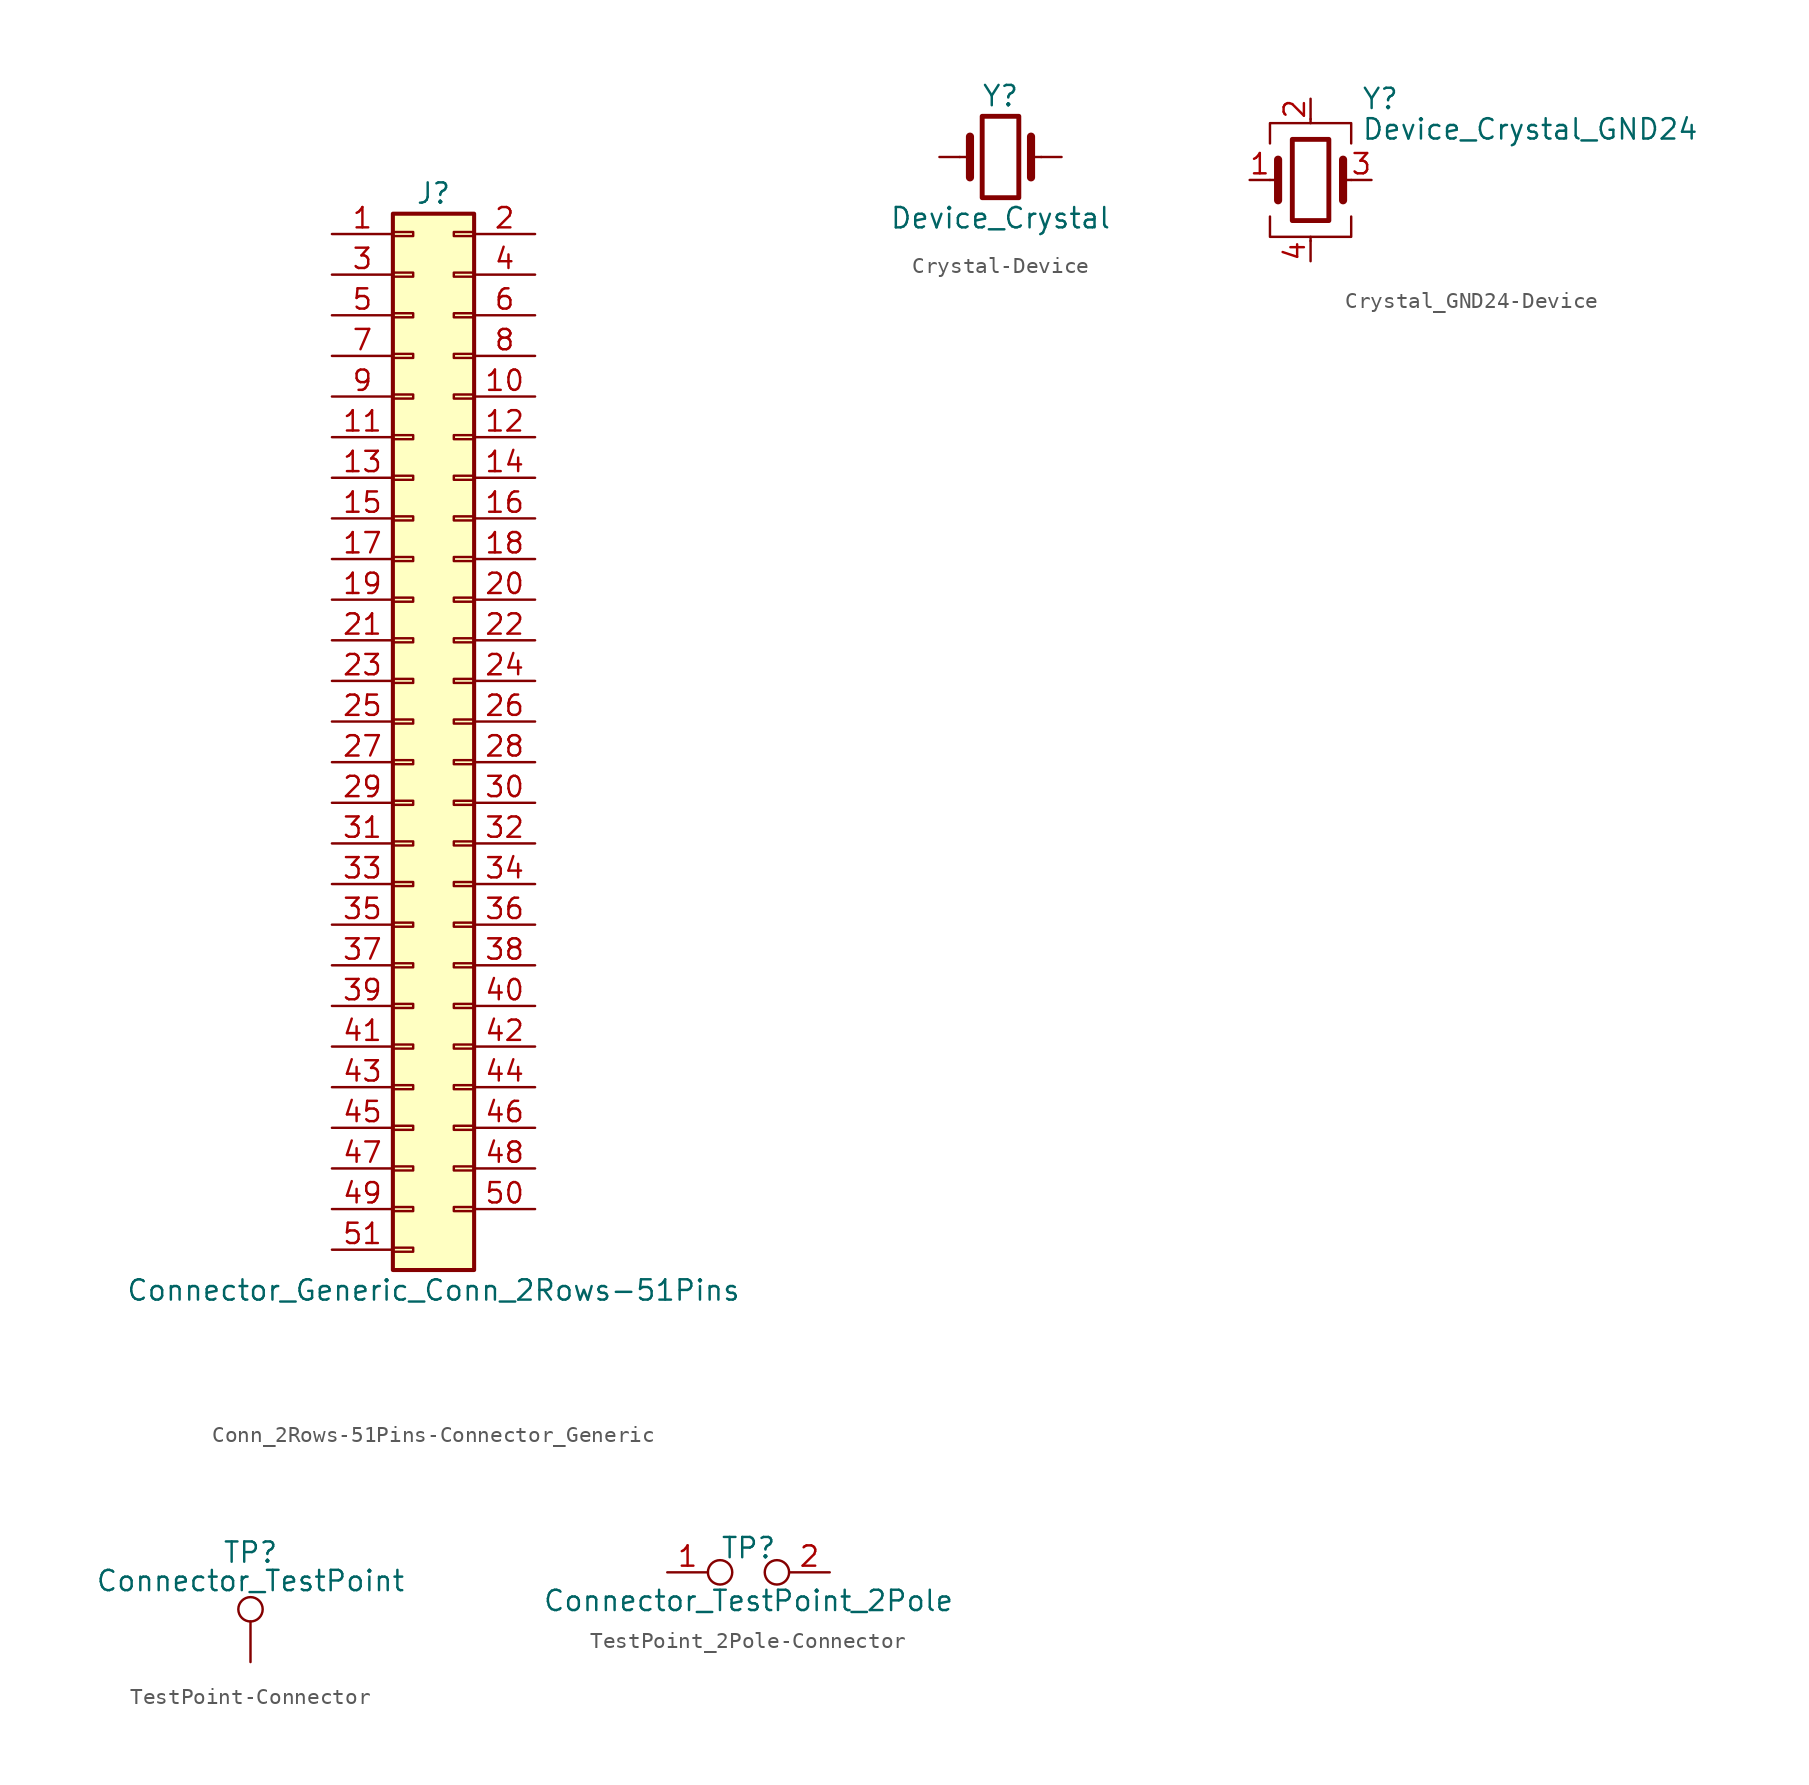
<source format=kicad_sym>
(kicad_symbol_lib
  (version 20220914)
  (generator kicad_symbol_editor)
  (symbol "Conn_2Rows-51Pins-Connector_Generic"
    (pin_names
      (offset 1.016) hide)
    (property "Reference" "J"
      (at 1.27 33.02 0)
      (effects (font (size 1.27 1.27))))
    (property "Value" "Connector_Generic_Conn_2Rows-51Pins"
      (at 1.27 -35.56 0)
      (effects (font (size 1.27 1.27))))
    (symbol "Conn_2Rows-51Pins-Connector_Generic_1_1"
      (rectangle (start -1.27 -32.893) (end 0 -33.147) (stroke (width 0.152) (type solid)) (fill (type none)))
      (rectangle (start -1.27 -30.353) (end 0 -30.607) (stroke (width 0.152) (type solid)) (fill (type none)))
      (rectangle (start -1.27 -27.813) (end 0 -28.067) (stroke (width 0.152) (type solid)) (fill (type none)))
      (rectangle (start -1.27 -25.273) (end 0 -25.527) (stroke (width 0.152) (type solid)) (fill (type none)))
      (rectangle (start -1.27 -22.733) (end 0 -22.987) (stroke (width 0.152) (type solid)) (fill (type none)))
      (rectangle (start -1.27 -20.193) (end 0 -20.447) (stroke (width 0.152) (type solid)) (fill (type none)))
      (rectangle (start -1.27 -17.653) (end 0 -17.907) (stroke (width 0.152) (type solid)) (fill (type none)))
      (rectangle (start -1.27 -15.113) (end 0 -15.367) (stroke (width 0.152) (type solid)) (fill (type none)))
      (rectangle (start -1.27 -12.573) (end 0 -12.827) (stroke (width 0.152) (type solid)) (fill (type none)))
      (rectangle (start -1.27 -10.033) (end 0 -10.287) (stroke (width 0.152) (type solid)) (fill (type none)))
      (rectangle (start -1.27 -7.493) (end 0 -7.747) (stroke (width 0.152) (type solid)) (fill (type none)))
      (rectangle (start -1.27 -4.953) (end 0 -5.207) (stroke (width 0.152) (type solid)) (fill (type none)))
      (rectangle (start -1.27 -2.413) (end 0 -2.667) (stroke (width 0.152) (type solid)) (fill (type none)))
      (rectangle (start -1.27 0.127) (end 0 -0.127) (stroke (width 0.152) (type solid)) (fill (type none)))
      (rectangle (start -1.27 2.667) (end 0 2.413) (stroke (width 0.152) (type solid)) (fill (type none)))
      (rectangle (start -1.27 5.207) (end 0 4.953) (stroke (width 0.152) (type solid)) (fill (type none)))
      (rectangle (start -1.27 7.747) (end 0 7.493) (stroke (width 0.152) (type solid)) (fill (type none)))
      (rectangle (start -1.27 10.287) (end 0 10.033) (stroke (width 0.152) (type solid)) (fill (type none)))
      (rectangle (start -1.27 12.827) (end 0 12.573) (stroke (width 0.152) (type solid)) (fill (type none)))
      (rectangle (start -1.27 15.367) (end 0 15.113) (stroke (width 0.152) (type solid)) (fill (type none)))
      (rectangle (start -1.27 17.907) (end 0 17.653) (stroke (width 0.152) (type solid)) (fill (type none)))
      (rectangle (start -1.27 20.447) (end 0 20.193) (stroke (width 0.152) (type solid)) (fill (type none)))
      (rectangle (start -1.27 22.987) (end 0 22.733) (stroke (width 0.152) (type solid)) (fill (type none)))
      (rectangle (start -1.27 25.527) (end 0 25.273) (stroke (width 0.152) (type solid)) (fill (type none)))
      (rectangle (start -1.27 28.067) (end 0 27.813) (stroke (width 0.152) (type solid)) (fill (type none)))
      (rectangle (start -1.27 30.607) (end 0 30.353) (stroke (width 0.152) (type solid)) (fill (type none)))
      (rectangle (start -1.27 31.75) (end 3.81 -34.29) (stroke (width 0.254) (type solid)) (fill (type background)))
      (rectangle (start 3.81 -30.353) (end 2.54 -30.607) (stroke (width 0.152) (type solid)) (fill (type none)))
      (rectangle (start 3.81 -27.813) (end 2.54 -28.067) (stroke (width 0.152) (type solid)) (fill (type none)))
      (rectangle (start 3.81 -25.273) (end 2.54 -25.527) (stroke (width 0.152) (type solid)) (fill (type none)))
      (rectangle (start 3.81 -22.733) (end 2.54 -22.987) (stroke (width 0.152) (type solid)) (fill (type none)))
      (rectangle (start 3.81 -20.193) (end 2.54 -20.447) (stroke (width 0.152) (type solid)) (fill (type none)))
      (rectangle (start 3.81 -17.653) (end 2.54 -17.907) (stroke (width 0.152) (type solid)) (fill (type none)))
      (rectangle (start 3.81 -15.113) (end 2.54 -15.367) (stroke (width 0.152) (type solid)) (fill (type none)))
      (rectangle (start 3.81 -12.573) (end 2.54 -12.827) (stroke (width 0.152) (type solid)) (fill (type none)))
      (rectangle (start 3.81 -10.033) (end 2.54 -10.287) (stroke (width 0.152) (type solid)) (fill (type none)))
      (rectangle (start 3.81 -7.493) (end 2.54 -7.747) (stroke (width 0.152) (type solid)) (fill (type none)))
      (rectangle (start 3.81 -4.953) (end 2.54 -5.207) (stroke (width 0.152) (type solid)) (fill (type none)))
      (rectangle (start 3.81 -2.413) (end 2.54 -2.667) (stroke (width 0.152) (type solid)) (fill (type none)))
      (rectangle (start 3.81 0.127) (end 2.54 -0.127) (stroke (width 0.152) (type solid)) (fill (type none)))
      (rectangle (start 3.81 2.667) (end 2.54 2.413) (stroke (width 0.152) (type solid)) (fill (type none)))
      (rectangle (start 3.81 5.207) (end 2.54 4.953) (stroke (width 0.152) (type solid)) (fill (type none)))
      (rectangle (start 3.81 7.747) (end 2.54 7.493) (stroke (width 0.152) (type solid)) (fill (type none)))
      (rectangle (start 3.81 10.287) (end 2.54 10.033) (stroke (width 0.152) (type solid)) (fill (type none)))
      (rectangle (start 3.81 12.827) (end 2.54 12.573) (stroke (width 0.152) (type solid)) (fill (type none)))
      (rectangle (start 3.81 15.367) (end 2.54 15.113) (stroke (width 0.152) (type solid)) (fill (type none)))
      (rectangle (start 3.81 17.907) (end 2.54 17.653) (stroke (width 0.152) (type solid)) (fill (type none)))
      (rectangle (start 3.81 20.447) (end 2.54 20.193) (stroke (width 0.152) (type solid)) (fill (type none)))
      (rectangle (start 3.81 22.987) (end 2.54 22.733) (stroke (width 0.152) (type solid)) (fill (type none)))
      (rectangle (start 3.81 25.527) (end 2.54 25.273) (stroke (width 0.152) (type solid)) (fill (type none)))
      (rectangle (start 3.81 28.067) (end 2.54 27.813) (stroke (width 0.152) (type solid)) (fill (type none)))
      (rectangle (start 3.81 30.607) (end 2.54 30.353) (stroke (width 0.152) (type solid)) (fill (type none)))
      (pin passive line (at -5.08 30.48 0) (length 3.81) (name "Pin_1" (effects (font (size 1.27 1.27)))) (number "1" (effects (font (size 1.27 1.27)))))
      (pin passive line (at 7.62 20.32 180) (length 3.81) (name "Pin_10" (effects (font (size 1.27 1.27)))) (number "10" (effects (font (size 1.27 1.27)))))
      (pin passive line (at -5.08 17.78 0) (length 3.81) (name "Pin_11" (effects (font (size 1.27 1.27)))) (number "11" (effects (font (size 1.27 1.27)))))
      (pin passive line (at 7.62 17.78 180) (length 3.81) (name "Pin_12" (effects (font (size 1.27 1.27)))) (number "12" (effects (font (size 1.27 1.27)))))
      (pin passive line (at -5.08 15.24 0) (length 3.81) (name "Pin_13" (effects (font (size 1.27 1.27)))) (number "13" (effects (font (size 1.27 1.27)))))
      (pin passive line (at 7.62 15.24 180) (length 3.81) (name "Pin_14" (effects (font (size 1.27 1.27)))) (number "14" (effects (font (size 1.27 1.27)))))
      (pin passive line (at -5.08 12.7 0) (length 3.81) (name "Pin_15" (effects (font (size 1.27 1.27)))) (number "15" (effects (font (size 1.27 1.27)))))
      (pin passive line (at 7.62 12.7 180) (length 3.81) (name "Pin_16" (effects (font (size 1.27 1.27)))) (number "16" (effects (font (size 1.27 1.27)))))
      (pin passive line (at -5.08 10.16 0) (length 3.81) (name "Pin_17" (effects (font (size 1.27 1.27)))) (number "17" (effects (font (size 1.27 1.27)))))
      (pin passive line (at 7.62 10.16 180) (length 3.81) (name "Pin_18" (effects (font (size 1.27 1.27)))) (number "18" (effects (font (size 1.27 1.27)))))
      (pin passive line (at -5.08 7.62 0) (length 3.81) (name "Pin_19" (effects (font (size 1.27 1.27)))) (number "19" (effects (font (size 1.27 1.27)))))
      (pin passive line (at 7.62 30.48 180) (length 3.81) (name "Pin_2" (effects (font (size 1.27 1.27)))) (number "2" (effects (font (size 1.27 1.27)))))
      (pin passive line (at 7.62 7.62 180) (length 3.81) (name "Pin_20" (effects (font (size 1.27 1.27)))) (number "20" (effects (font (size 1.27 1.27)))))
      (pin passive line (at -5.08 5.08 0) (length 3.81) (name "Pin_21" (effects (font (size 1.27 1.27)))) (number "21" (effects (font (size 1.27 1.27)))))
      (pin passive line (at 7.62 5.08 180) (length 3.81) (name "Pin_22" (effects (font (size 1.27 1.27)))) (number "22" (effects (font (size 1.27 1.27)))))
      (pin passive line (at -5.08 2.54 0) (length 3.81) (name "Pin_23" (effects (font (size 1.27 1.27)))) (number "23" (effects (font (size 1.27 1.27)))))
      (pin passive line (at 7.62 2.54 180) (length 3.81) (name "Pin_24" (effects (font (size 1.27 1.27)))) (number "24" (effects (font (size 1.27 1.27)))))
      (pin passive line (at -5.08 0 0) (length 3.81) (name "Pin_25" (effects (font (size 1.27 1.27)))) (number "25" (effects (font (size 1.27 1.27)))))
      (pin passive line (at 7.62 0 180) (length 3.81) (name "Pin_26" (effects (font (size 1.27 1.27)))) (number "26" (effects (font (size 1.27 1.27)))))
      (pin passive line (at -5.08 -2.54 0) (length 3.81) (name "Pin_27" (effects (font (size 1.27 1.27)))) (number "27" (effects (font (size 1.27 1.27)))))
      (pin passive line (at 7.62 -2.54 180) (length 3.81) (name "Pin_28" (effects (font (size 1.27 1.27)))) (number "28" (effects (font (size 1.27 1.27)))))
      (pin passive line (at -5.08 -5.08 0) (length 3.81) (name "Pin_29" (effects (font (size 1.27 1.27)))) (number "29" (effects (font (size 1.27 1.27)))))
      (pin passive line (at -5.08 27.94 0) (length 3.81) (name "Pin_3" (effects (font (size 1.27 1.27)))) (number "3" (effects (font (size 1.27 1.27)))))
      (pin passive line (at 7.62 -5.08 180) (length 3.81) (name "Pin_30" (effects (font (size 1.27 1.27)))) (number "30" (effects (font (size 1.27 1.27)))))
      (pin passive line (at -5.08 -7.62 0) (length 3.81) (name "Pin_31" (effects (font (size 1.27 1.27)))) (number "31" (effects (font (size 1.27 1.27)))))
      (pin passive line (at 7.62 -7.62 180) (length 3.81) (name "Pin_32" (effects (font (size 1.27 1.27)))) (number "32" (effects (font (size 1.27 1.27)))))
      (pin passive line (at -5.08 -10.16 0) (length 3.81) (name "Pin_33" (effects (font (size 1.27 1.27)))) (number "33" (effects (font (size 1.27 1.27)))))
      (pin passive line (at 7.62 -10.16 180) (length 3.81) (name "Pin_34" (effects (font (size 1.27 1.27)))) (number "34" (effects (font (size 1.27 1.27)))))
      (pin passive line (at -5.08 -12.7 0) (length 3.81) (name "Pin_35" (effects (font (size 1.27 1.27)))) (number "35" (effects (font (size 1.27 1.27)))))
      (pin passive line (at 7.62 -12.7 180) (length 3.81) (name "Pin_36" (effects (font (size 1.27 1.27)))) (number "36" (effects (font (size 1.27 1.27)))))
      (pin passive line (at -5.08 -15.24 0) (length 3.81) (name "Pin_37" (effects (font (size 1.27 1.27)))) (number "37" (effects (font (size 1.27 1.27)))))
      (pin passive line (at 7.62 -15.24 180) (length 3.81) (name "Pin_38" (effects (font (size 1.27 1.27)))) (number "38" (effects (font (size 1.27 1.27)))))
      (pin passive line (at -5.08 -17.78 0) (length 3.81) (name "Pin_39" (effects (font (size 1.27 1.27)))) (number "39" (effects (font (size 1.27 1.27)))))
      (pin passive line (at 7.62 27.94 180) (length 3.81) (name "Pin_4" (effects (font (size 1.27 1.27)))) (number "4" (effects (font (size 1.27 1.27)))))
      (pin passive line (at 7.62 -17.78 180) (length 3.81) (name "Pin_40" (effects (font (size 1.27 1.27)))) (number "40" (effects (font (size 1.27 1.27)))))
      (pin passive line (at -5.08 -20.32 0) (length 3.81) (name "Pin_41" (effects (font (size 1.27 1.27)))) (number "41" (effects (font (size 1.27 1.27)))))
      (pin passive line (at 7.62 -20.32 180) (length 3.81) (name "Pin_42" (effects (font (size 1.27 1.27)))) (number "42" (effects (font (size 1.27 1.27)))))
      (pin passive line (at -5.08 -22.86 0) (length 3.81) (name "Pin_43" (effects (font (size 1.27 1.27)))) (number "43" (effects (font (size 1.27 1.27)))))
      (pin passive line (at 7.62 -22.86 180) (length 3.81) (name "Pin_44" (effects (font (size 1.27 1.27)))) (number "44" (effects (font (size 1.27 1.27)))))
      (pin passive line (at -5.08 -25.4 0) (length 3.81) (name "Pin_45" (effects (font (size 1.27 1.27)))) (number "45" (effects (font (size 1.27 1.27)))))
      (pin passive line (at 7.62 -25.4 180) (length 3.81) (name "Pin_46" (effects (font (size 1.27 1.27)))) (number "46" (effects (font (size 1.27 1.27)))))
      (pin passive line (at -5.08 -27.94 0) (length 3.81) (name "Pin_47" (effects (font (size 1.27 1.27)))) (number "47" (effects (font (size 1.27 1.27)))))
      (pin passive line (at 7.62 -27.94 180) (length 3.81) (name "Pin_48" (effects (font (size 1.27 1.27)))) (number "48" (effects (font (size 1.27 1.27)))))
      (pin passive line (at -5.08 -30.48 0) (length 3.81) (name "Pin_49" (effects (font (size 1.27 1.27)))) (number "49" (effects (font (size 1.27 1.27)))))
      (pin passive line (at -5.08 25.4 0) (length 3.81) (name "Pin_5" (effects (font (size 1.27 1.27)))) (number "5" (effects (font (size 1.27 1.27)))))
      (pin passive line (at 7.62 -30.48 180) (length 3.81) (name "Pin_50" (effects (font (size 1.27 1.27)))) (number "50" (effects (font (size 1.27 1.27)))))
      (pin passive line (at -5.08 -33.02 0) (length 3.81) (name "Pin_51" (effects (font (size 1.27 1.27)))) (number "51" (effects (font (size 1.27 1.27)))))
      (pin passive line (at 7.62 25.4 180) (length 3.81) (name "Pin_6" (effects (font (size 1.27 1.27)))) (number "6" (effects (font (size 1.27 1.27)))))
      (pin passive line (at -5.08 22.86 0) (length 3.81) (name "Pin_7" (effects (font (size 1.27 1.27)))) (number "7" (effects (font (size 1.27 1.27)))))
      (pin passive line (at 7.62 22.86 180) (length 3.81) (name "Pin_8" (effects (font (size 1.27 1.27)))) (number "8" (effects (font (size 1.27 1.27)))))
      (pin passive line (at -5.08 20.32 0) (length 3.81) (name "Pin_9" (effects (font (size 1.27 1.27)))) (number "9" (effects (font (size 1.27 1.27)))))))
  (symbol "Crystal-Device"
    (pin_numbers hide)
    (pin_names
      (offset 1.016) hide)
    (property "Reference" "Y"
      (at 0 3.81 0)
      (effects (font (size 1.27 1.27))))
    (property "Value" "Device_Crystal"
      (at 0 -3.81 0)
      (effects (font (size 1.27 1.27))))
    (symbol "Crystal-Device_0_1"
      (rectangle (start -1.143 2.54) (end 1.143 -2.54) (stroke (width 0.305) (type solid)) (fill (type none)))
      (polyline (pts (xy -2.54 0) (xy -1.905 0)) (stroke (width 0) (type solid)) (fill (type none)))
      (polyline (pts (xy -1.905 -1.27) (xy -1.905 1.27)) (stroke (width 0.508) (type solid)) (fill (type none)))
      (polyline (pts (xy 1.905 -1.27) (xy 1.905 1.27)) (stroke (width 0.508) (type solid)) (fill (type none)))
      (polyline (pts (xy 2.54 0) (xy 1.905 0)) (stroke (width 0) (type solid)) (fill (type none))))
    (symbol "Crystal-Device_1_1"
      (pin passive line (at -3.81 0 0) (length 1.27) (name "1" (effects (font (size 1.27 1.27)))) (number "1" (effects (font (size 1.27 1.27)))))
      (pin passive line (at 3.81 0 180) (length 1.27) (name "2" (effects (font (size 1.27 1.27)))) (number "2" (effects (font (size 1.27 1.27)))))))
  (symbol "Crystal_GND24-Device"
    (pin_names
      (offset 1.016) hide)
    (property "Reference" "Y"
      (at 3.175 5.08 0)
      (effects (font (size 1.27 1.27)) (justify left)))
    (property "Value" "Device_Crystal_GND24"
      (at 3.175 3.175 0)
      (effects (font (size 1.27 1.27)) (justify left)))
    (symbol "Crystal_GND24-Device_0_1"
      (rectangle (start -1.143 2.54) (end 1.143 -2.54) (stroke (width 0.305) (type solid)) (fill (type none)))
      (polyline (pts (xy -2.54 0) (xy -2.032 0)) (stroke (width 0) (type solid)) (fill (type none)))
      (polyline (pts (xy -2.032 -1.27) (xy -2.032 1.27)) (stroke (width 0.508) (type solid)) (fill (type none)))
      (polyline (pts (xy 0 -3.81) (xy 0 -3.556)) (stroke (width 0) (type solid)) (fill (type none)))
      (polyline (pts (xy 0 3.556) (xy 0 3.81)) (stroke (width 0) (type solid)) (fill (type none)))
      (polyline (pts (xy 2.032 -1.27) (xy 2.032 1.27)) (stroke (width 0.508) (type solid)) (fill (type none)))
      (polyline (pts (xy 2.032 0) (xy 2.54 0)) (stroke (width 0) (type solid)) (fill (type none)))
      (polyline (pts (xy -2.54 -2.286) (xy -2.54 -3.556) (xy 2.54 -3.556) (xy 2.54 -2.286)) (stroke (width 0) (type solid)) (fill (type none)))
      (polyline (pts (xy -2.54 2.286) (xy -2.54 3.556) (xy 2.54 3.556) (xy 2.54 2.286)) (stroke (width 0) (type solid)) (fill (type none))))
    (symbol "Crystal_GND24-Device_1_1"
      (pin passive line (at -3.81 0 0) (length 1.27) (name "1" (effects (font (size 1.27 1.27)))) (number "1" (effects (font (size 1.27 1.27)))))
      (pin passive line (at 0 5.08 270) (length 1.27) (name "2" (effects (font (size 1.27 1.27)))) (number "2" (effects (font (size 1.27 1.27)))))
      (pin passive line (at 3.81 0 180) (length 1.27) (name "3" (effects (font (size 1.27 1.27)))) (number "3" (effects (font (size 1.27 1.27)))))
      (pin passive line (at 0 -5.08 90) (length 1.27) (name "4" (effects (font (size 1.27 1.27)))) (number "4" (effects (font (size 1.27 1.27)))))))
  (symbol "TestPoint-Connector"
    (pin_numbers hide)
    (pin_names
      (offset 0.762) hide)
    (property "Reference" "TP"
      (at 0 6.858 0)
      (effects (font (size 1.27 1.27))))
    (property "Value" "Connector_TestPoint"
      (at 0 5.08 0)
      (effects (font (size 1.27 1.27))))
    (symbol "TestPoint-Connector_0_1"
      (circle (center 0 3.302) (radius 0.762) (stroke (width 0) (type solid)) (fill (type none))))
    (symbol "TestPoint-Connector_1_1"
      (pin passive line (at 0 0 90) (length 2.54) (name "1" (effects (font (size 1.27 1.27)))) (number "1" (effects (font (size 1.27 1.27)))))))
  (symbol "TestPoint_2Pole-Connector"
    (pin_names
      (offset 0.762) hide)
    (property "Reference" "TP"
      (at 0 1.524 0)
      (effects (font (size 1.27 1.27))))
    (property "Value" "Connector_TestPoint_2Pole"
      (at 0 -1.778 0)
      (effects (font (size 1.27 1.27))))
    (symbol "TestPoint_2Pole-Connector_0_1"
      (circle (center -1.778 0) (radius 0.762) (stroke (width 0) (type solid)) (fill (type none)))
      (circle (center 1.778 0) (radius 0.762) (stroke (width 0) (type solid)) (fill (type none)))
      (pin passive line (at -5.08 0 0) (length 2.54) (name "1" (effects (font (size 1.27 1.27)))) (number "1" (effects (font (size 1.27 1.27)))))
      (pin passive line (at 5.08 0 180) (length 2.54) (name "2" (effects (font (size 1.27 1.27)))) (number "2" (effects (font (size 1.27 1.27))))))))
</source>
